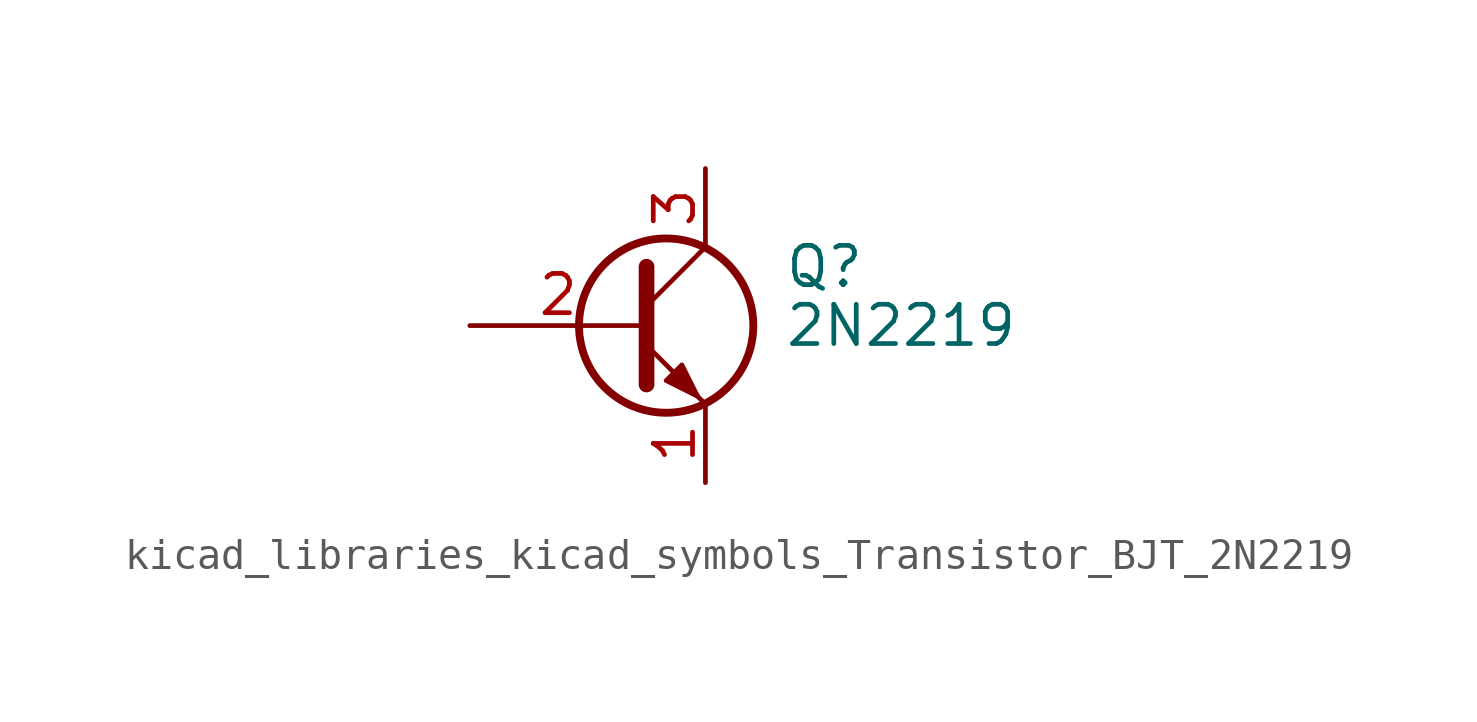
<source format=kicad_sym>
(kicad_symbol_lib
  (version 20220914)
  (generator kicad_symbol_editor)
  (symbol "kicad_libraries_kicad_symbols_Transistor_BJT_2N2219"
    (pin_names
      (offset 0) hide)
    (property "Reference" "Q"
      (at 5.08 1.905 0)
      (effects (font (size 1.27 1.27)) (justify left)))
    (property "Value" "2N2219"
      (at 5.08 0 0)
      (effects (font (size 1.27 1.27)) (justify left)))
    (symbol "kicad_libraries_kicad_symbols_Transistor_BJT_2N2219_0_1"
      (polyline (pts (xy 0.635 0.635) (xy 2.54 2.54)) (stroke (width 0) (type default)) (fill (type none)))
      (polyline (pts (xy 0.635 -0.635) (xy 2.54 -2.54) (xy 2.54 -2.54)) (stroke (width 0) (type default)) (fill (type none)))
      (polyline (pts (xy 0.635 1.905) (xy 0.635 -1.905) (xy 0.635 -1.905)) (stroke (width 0.508) (type default)) (fill (type none)))
      (polyline (pts (xy 1.27 -1.778) (xy 1.778 -1.27) (xy 2.286 -2.286) (xy 1.27 -1.778) (xy 1.27 -1.778)) (stroke (width 0) (type default)) (fill (type outline)))
      (circle (center 1.27 0) (radius 2.819) (stroke (width 0.254) (type default)) (fill (type none))))
    (symbol "kicad_libraries_kicad_symbols_Transistor_BJT_2N2219_1_1"
      (pin passive line (at 2.54 -5.08 90) (length 2.54) (name "E" (effects (font (size 1.27 1.27)))) (number "1" (effects (font (size 1.27 1.27)))))
      (pin passive line (at -5.08 0 0) (length 5.715) (name "B" (effects (font (size 1.27 1.27)))) (number "2" (effects (font (size 1.27 1.27)))))
      (pin passive line (at 2.54 5.08 270) (length 2.54) (name "C" (effects (font (size 1.27 1.27)))) (number "3" (effects (font (size 1.27 1.27))))))))
</source>
